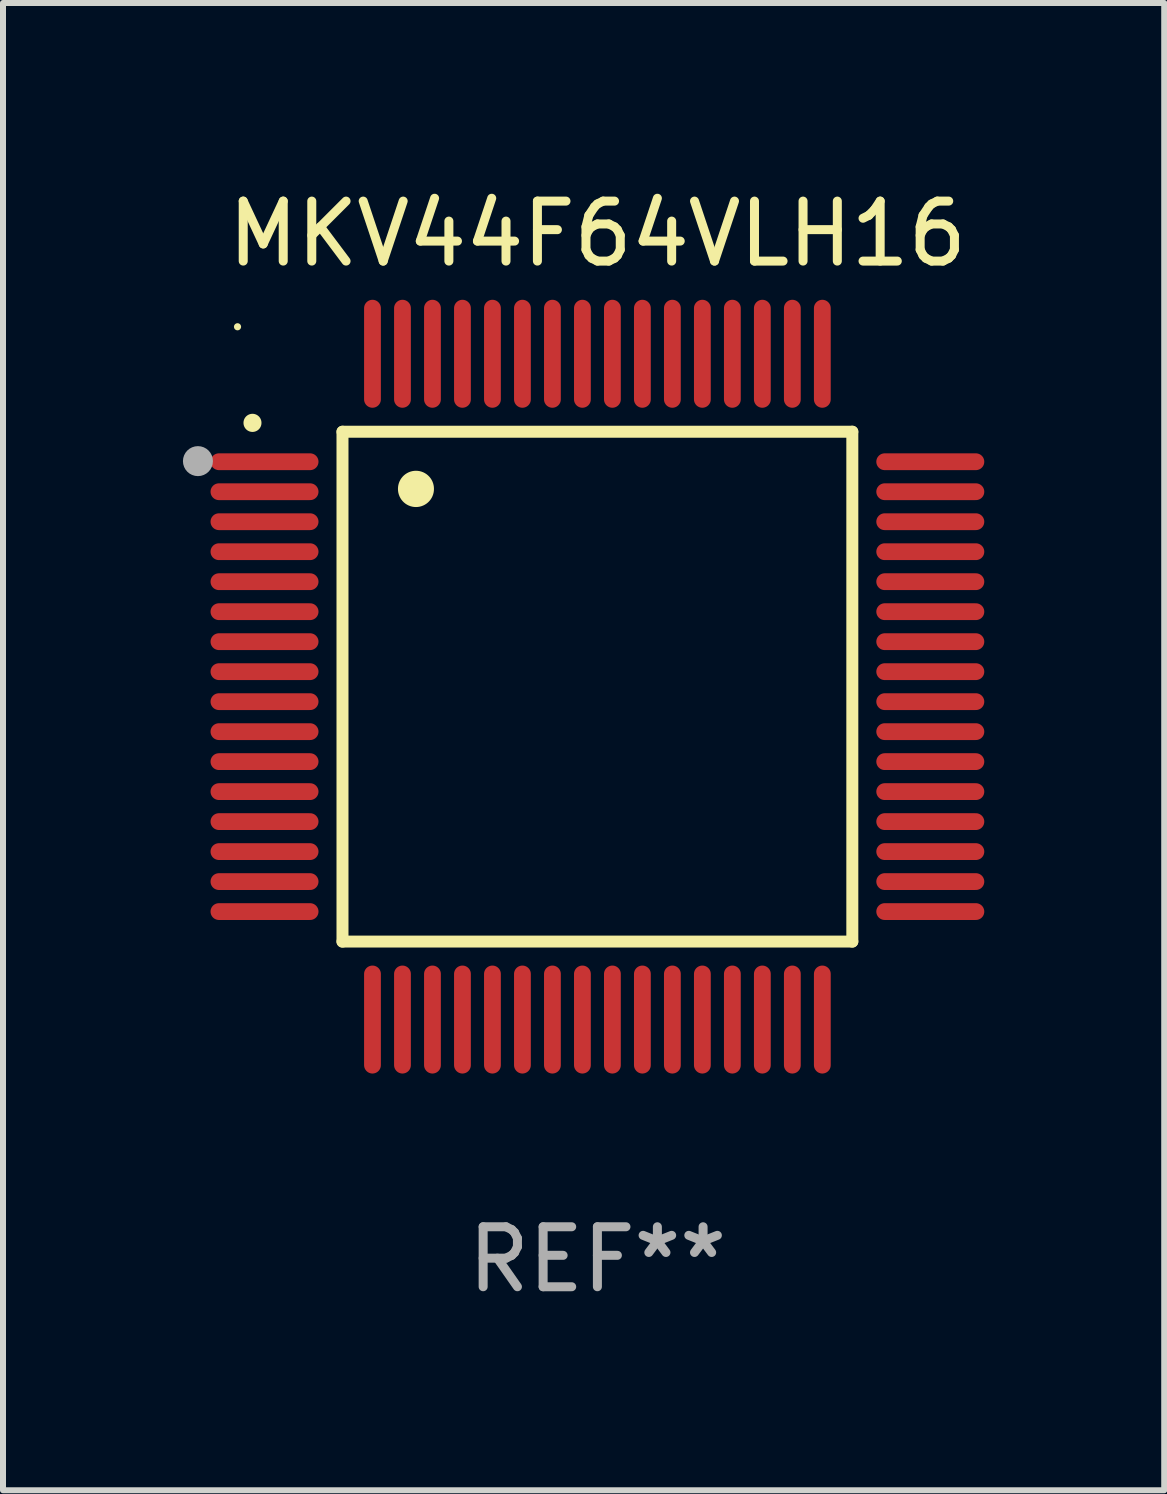
<source format=kicad_pcb>
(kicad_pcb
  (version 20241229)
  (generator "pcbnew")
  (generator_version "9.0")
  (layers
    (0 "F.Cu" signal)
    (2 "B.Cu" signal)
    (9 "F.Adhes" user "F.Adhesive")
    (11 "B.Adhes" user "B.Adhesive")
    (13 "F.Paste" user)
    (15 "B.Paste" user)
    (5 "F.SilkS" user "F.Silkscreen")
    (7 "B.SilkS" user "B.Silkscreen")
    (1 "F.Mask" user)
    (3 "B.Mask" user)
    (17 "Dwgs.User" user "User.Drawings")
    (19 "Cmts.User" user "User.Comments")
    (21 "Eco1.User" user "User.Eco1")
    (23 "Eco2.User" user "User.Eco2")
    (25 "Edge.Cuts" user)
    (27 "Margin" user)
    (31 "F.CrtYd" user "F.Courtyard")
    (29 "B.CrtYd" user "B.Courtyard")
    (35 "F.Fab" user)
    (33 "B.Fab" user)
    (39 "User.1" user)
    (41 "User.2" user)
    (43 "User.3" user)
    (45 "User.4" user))
  (footprint "MKV44F64VLH16"
    (layer "F.Cu")
    (at 6.91 8.398)
    (property "Reference" "MKV44F64VLH16" (at 0 -7.55 0) (layer "F.SilkS") (effects (font (size 1 1) (thickness 0.15))))
    (attr through_hole)
    (fp_line (start -4.25 -4.25) (end -4.25 4.25) (stroke (width 0.2) (type solid)) (layer "F.SilkS"))
    (fp_line (start -4.25 4.25) (end 4.25 4.25) (stroke (width 0.2) (type solid)) (layer "F.SilkS"))
    (fp_line (start 4.25 -4.25) (end -4.25 -4.25) (stroke (width 0.2) (type solid)) (layer "F.SilkS"))
    (fp_line (start 4.25 4.25) (end 4.25 -4.25) (stroke (width 0.2) (type solid)) (layer "F.SilkS"))
    (fp_arc (start -5.750572 -4.396749) (mid -5.750577 -4.398019) (end -5.750572 -4.399289) (stroke (width 0.3) (type solid)) (layer "F.SilkS"))
    (fp_arc (start -3.025146 -3.294387) (mid -3.025157 -3.296927) (end -3.025146 -3.299467) (stroke (width 0.6) (type solid)) (layer "F.SilkS"))
    (fp_circle (center -6 -6) (end -5.97 -6) (stroke (width 0.06) (type solid)) (fill no) (layer "F.SilkS"))
    (fp_circle (center -6.66 -3.76) (end -6.535 -3.76) (stroke (width 0.25) (type solid)) (fill no) (layer "F.Fab"))
    (fp_text user "REF**" (at 0 9.55 0) (layer "F.Fab") (effects (font (size 1 1) (thickness 0.15))))
    (pad "1" smd oval (at -5.55 -3.75) (size 1.8 0.28) (layers "F.Cu" "F.Mask" "F.Paste"))
    (pad "2" smd oval (at -5.55 -3.25) (size 1.8 0.28) (layers "F.Cu" "F.Mask" "F.Paste"))
    (pad "3" smd oval (at -5.55 -2.75) (size 1.8 0.28) (layers "F.Cu" "F.Mask" "F.Paste"))
    (pad "4" smd oval (at -5.55 -2.25) (size 1.8 0.28) (layers "F.Cu" "F.Mask" "F.Paste"))
    (pad "5" smd oval (at -5.55 -1.75) (size 1.8 0.28) (layers "F.Cu" "F.Mask" "F.Paste"))
    (pad "6" smd oval (at -5.55 -1.25) (size 1.8 0.28) (layers "F.Cu" "F.Mask" "F.Paste"))
    (pad "7" smd oval (at -5.55 -0.75) (size 1.8 0.28) (layers "F.Cu" "F.Mask" "F.Paste"))
    (pad "8" smd oval (at -5.55 -0.25) (size 1.8 0.28) (layers "F.Cu" "F.Mask" "F.Paste"))
    (pad "9" smd oval (at -5.55 0.25) (size 1.8 0.28) (layers "F.Cu" "F.Mask" "F.Paste"))
    (pad "10" smd oval (at -5.55 0.75) (size 1.8 0.28) (layers "F.Cu" "F.Mask" "F.Paste"))
    (pad "11" smd oval (at -5.55 1.25) (size 1.8 0.28) (layers "F.Cu" "F.Mask" "F.Paste"))
    (pad "12" smd oval (at -5.55 1.75) (size 1.8 0.28) (layers "F.Cu" "F.Mask" "F.Paste"))
    (pad "13" smd oval (at -5.55 2.25) (size 1.8 0.28) (layers "F.Cu" "F.Mask" "F.Paste"))
    (pad "14" smd oval (at -5.55 2.75) (size 1.8 0.28) (layers "F.Cu" "F.Mask" "F.Paste"))
    (pad "15" smd oval (at -5.55 3.25) (size 1.8 0.28) (layers "F.Cu" "F.Mask" "F.Paste"))
    (pad "16" smd oval (at -5.55 3.75) (size 1.8 0.28) (layers "F.Cu" "F.Mask" "F.Paste"))
    (pad "17" smd oval (at -3.75 5.55) (size 0.28 1.8) (layers "F.Cu" "F.Mask" "F.Paste"))
    (pad "18" smd oval (at -3.25 5.55) (size 0.28 1.8) (layers "F.Cu" "F.Mask" "F.Paste"))
    (pad "19" smd oval (at -2.75 5.55) (size 0.28 1.8) (layers "F.Cu" "F.Mask" "F.Paste"))
    (pad "20" smd oval (at -2.25 5.55) (size 0.28 1.8) (layers "F.Cu" "F.Mask" "F.Paste"))
    (pad "21" smd oval (at -1.75 5.55) (size 0.28 1.8) (layers "F.Cu" "F.Mask" "F.Paste"))
    (pad "22" smd oval (at -1.25 5.55) (size 0.28 1.8) (layers "F.Cu" "F.Mask" "F.Paste"))
    (pad "23" smd oval (at -0.75 5.55) (size 0.28 1.8) (layers "F.Cu" "F.Mask" "F.Paste"))
    (pad "24" smd oval (at -0.25 5.55) (size 0.28 1.8) (layers "F.Cu" "F.Mask" "F.Paste"))
    (pad "25" smd oval (at 0.25 5.55) (size 0.28 1.8) (layers "F.Cu" "F.Mask" "F.Paste"))
    (pad "26" smd oval (at 0.75 5.55) (size 0.28 1.8) (layers "F.Cu" "F.Mask" "F.Paste"))
    (pad "27" smd oval (at 1.25 5.55) (size 0.28 1.8) (layers "F.Cu" "F.Mask" "F.Paste"))
    (pad "28" smd oval (at 1.75 5.55) (size 0.28 1.8) (layers "F.Cu" "F.Mask" "F.Paste"))
    (pad "29" smd oval (at 2.25 5.55) (size 0.28 1.8) (layers "F.Cu" "F.Mask" "F.Paste"))
    (pad "30" smd oval (at 2.75 5.55) (size 0.28 1.8) (layers "F.Cu" "F.Mask" "F.Paste"))
    (pad "31" smd oval (at 3.25 5.55) (size 0.28 1.8) (layers "F.Cu" "F.Mask" "F.Paste"))
    (pad "32" smd oval (at 3.75 5.55) (size 0.28 1.8) (layers "F.Cu" "F.Mask" "F.Paste"))
    (pad "33" smd oval (at 5.55 3.75) (size 1.8 0.28) (layers "F.Cu" "F.Mask" "F.Paste"))
    (pad "34" smd oval (at 5.55 3.25) (size 1.8 0.28) (layers "F.Cu" "F.Mask" "F.Paste"))
    (pad "35" smd oval (at 5.55 2.75) (size 1.8 0.28) (layers "F.Cu" "F.Mask" "F.Paste"))
    (pad "36" smd oval (at 5.55 2.25) (size 1.8 0.28) (layers "F.Cu" "F.Mask" "F.Paste"))
    (pad "37" smd oval (at 5.55 1.75) (size 1.8 0.28) (layers "F.Cu" "F.Mask" "F.Paste"))
    (pad "38" smd oval (at 5.55 1.25) (size 1.8 0.28) (layers "F.Cu" "F.Mask" "F.Paste"))
    (pad "39" smd oval (at 5.55 0.75) (size 1.8 0.28) (layers "F.Cu" "F.Mask" "F.Paste"))
    (pad "40" smd oval (at 5.55 0.25) (size 1.8 0.28) (layers "F.Cu" "F.Mask" "F.Paste"))
    (pad "41" smd oval (at 5.55 -0.25) (size 1.8 0.28) (layers "F.Cu" "F.Mask" "F.Paste"))
    (pad "42" smd oval (at 5.55 -0.75) (size 1.8 0.28) (layers "F.Cu" "F.Mask" "F.Paste"))
    (pad "43" smd oval (at 5.55 -1.25) (size 1.8 0.28) (layers "F.Cu" "F.Mask" "F.Paste"))
    (pad "44" smd oval (at 5.55 -1.75) (size 1.8 0.28) (layers "F.Cu" "F.Mask" "F.Paste"))
    (pad "45" smd oval (at 5.55 -2.25) (size 1.8 0.28) (layers "F.Cu" "F.Mask" "F.Paste"))
    (pad "46" smd oval (at 5.55 -2.75) (size 1.8 0.28) (layers "F.Cu" "F.Mask" "F.Paste"))
    (pad "47" smd oval (at 5.55 -3.25) (size 1.8 0.28) (layers "F.Cu" "F.Mask" "F.Paste"))
    (pad "48" smd oval (at 5.55 -3.75) (size 1.8 0.28) (layers "F.Cu" "F.Mask" "F.Paste"))
    (pad "49" smd oval (at 3.75 -5.55) (size 0.28 1.8) (layers "F.Cu" "F.Mask" "F.Paste"))
    (pad "50" smd oval (at 3.25 -5.55) (size 0.28 1.8) (layers "F.Cu" "F.Mask" "F.Paste"))
    (pad "51" smd oval (at 2.75 -5.55) (size 0.28 1.8) (layers "F.Cu" "F.Mask" "F.Paste"))
    (pad "52" smd oval (at 2.25 -5.55) (size 0.28 1.8) (layers "F.Cu" "F.Mask" "F.Paste"))
    (pad "53" smd oval (at 1.75 -5.55) (size 0.28 1.8) (layers "F.Cu" "F.Mask" "F.Paste"))
    (pad "54" smd oval (at 1.25 -5.55) (size 0.28 1.8) (layers "F.Cu" "F.Mask" "F.Paste"))
    (pad "55" smd oval (at 0.75 -5.55) (size 0.28 1.8) (layers "F.Cu" "F.Mask" "F.Paste"))
    (pad "56" smd oval (at 0.25 -5.55) (size 0.28 1.8) (layers "F.Cu" "F.Mask" "F.Paste"))
    (pad "57" smd oval (at -0.25 -5.55) (size 0.28 1.8) (layers "F.Cu" "F.Mask" "F.Paste"))
    (pad "58" smd oval (at -0.75 -5.55) (size 0.28 1.8) (layers "F.Cu" "F.Mask" "F.Paste"))
    (pad "59" smd oval (at -1.25 -5.55) (size 0.28 1.8) (layers "F.Cu" "F.Mask" "F.Paste"))
    (pad "60" smd oval (at -1.75 -5.55) (size 0.28 1.8) (layers "F.Cu" "F.Mask" "F.Paste"))
    (pad "61" smd oval (at -2.25 -5.55) (size 0.28 1.8) (layers "F.Cu" "F.Mask" "F.Paste"))
    (pad "62" smd oval (at -2.75 -5.55) (size 0.28 1.8) (layers "F.Cu" "F.Mask" "F.Paste"))
    (pad "63" smd oval (at -3.25 -5.55) (size 0.28 1.8) (layers "F.Cu" "F.Mask" "F.Paste"))
    (pad "64" smd oval (at -3.75 -5.55) (size 0.28 1.8) (layers "F.Cu" "F.Mask" "F.Paste")))
  (gr_rect
    (start -3 -3)
    (end 16.36 21.796)
    (stroke (width 0.1) (type default))
    (fill no)
    (layer "Edge.Cuts")))
</source>
